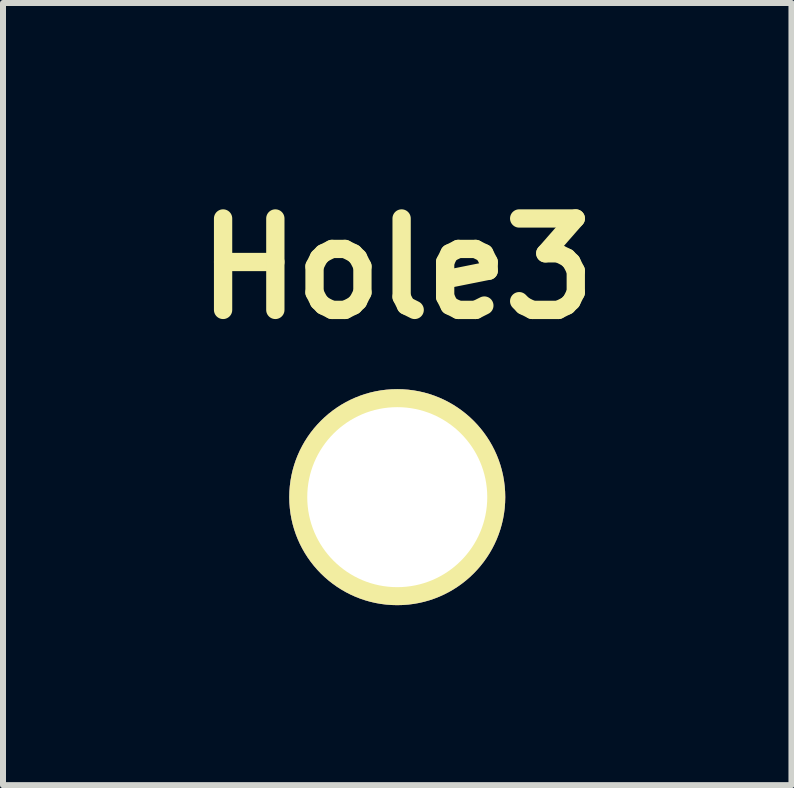
<source format=kicad_pcb>
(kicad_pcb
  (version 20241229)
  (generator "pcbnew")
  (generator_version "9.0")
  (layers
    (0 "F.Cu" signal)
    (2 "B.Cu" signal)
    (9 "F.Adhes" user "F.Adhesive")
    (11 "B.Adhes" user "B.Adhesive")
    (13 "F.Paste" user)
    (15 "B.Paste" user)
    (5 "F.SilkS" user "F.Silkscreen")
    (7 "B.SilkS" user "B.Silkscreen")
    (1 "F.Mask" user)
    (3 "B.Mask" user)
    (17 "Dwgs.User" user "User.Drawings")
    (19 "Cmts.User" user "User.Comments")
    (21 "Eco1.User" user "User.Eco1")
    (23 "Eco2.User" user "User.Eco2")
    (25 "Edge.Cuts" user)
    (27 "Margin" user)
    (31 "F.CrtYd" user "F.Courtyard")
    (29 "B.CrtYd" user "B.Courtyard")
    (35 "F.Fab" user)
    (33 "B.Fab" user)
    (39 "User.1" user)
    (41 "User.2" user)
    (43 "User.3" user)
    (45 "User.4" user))
  (footprint "Hole3"
    (layer "F.Cu")
    (at 3.571 5.236)
    (property "Reference" "Hole3" (at 0 -3.81 0) (layer "F.SilkS") (effects (font (size 1.524 1.524) (thickness 0.305))))
    (attr through_hole)
    (pad "1" thru_hole circle (at 0 0) (size 3.6 3.6) (drill 3) (layers "*.Cu" "*.Mask" "F.SilkS")))
  (gr_rect
    (start -3 -3)
    (end 10.141 10.036)
    (stroke (width 0.1) (type default))
    (fill no)
    (layer "Edge.Cuts")))
</source>
